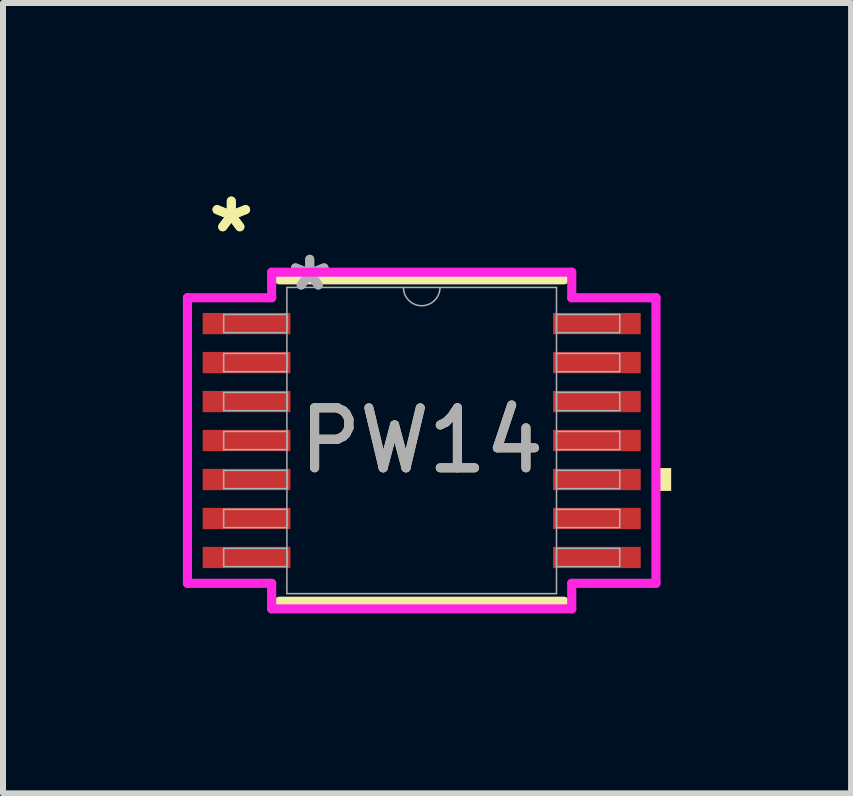
<source format=kicad_pcb>
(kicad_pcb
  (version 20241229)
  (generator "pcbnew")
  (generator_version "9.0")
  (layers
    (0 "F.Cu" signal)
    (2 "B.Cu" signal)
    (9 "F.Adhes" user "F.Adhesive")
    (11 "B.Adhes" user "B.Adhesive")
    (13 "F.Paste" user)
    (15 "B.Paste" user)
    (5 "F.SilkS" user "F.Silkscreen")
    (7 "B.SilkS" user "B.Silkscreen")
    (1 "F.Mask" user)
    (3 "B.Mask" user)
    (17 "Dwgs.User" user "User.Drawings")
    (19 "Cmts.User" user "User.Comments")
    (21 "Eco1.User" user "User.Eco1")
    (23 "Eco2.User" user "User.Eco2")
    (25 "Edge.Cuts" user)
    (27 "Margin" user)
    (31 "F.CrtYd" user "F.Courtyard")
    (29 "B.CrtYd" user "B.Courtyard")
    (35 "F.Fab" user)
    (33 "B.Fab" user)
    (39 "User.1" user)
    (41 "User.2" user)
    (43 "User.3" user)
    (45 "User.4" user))
  (footprint "PW14"
    (layer "F.Cu")
    (at 3.982 4.296)
    (property "Reference" "PW14" (at 0 0 0) (unlocked yes) (layer "F.SilkS") (effects (font (size 1 1) (thickness 0.15))))
    (attr smd)
    (fp_line (start -2.375 2.68) (end 2.375 2.68) (stroke (width 0.152) (type solid)) (layer "F.SilkS"))
    (fp_line (start 2.375 -2.68) (end -2.375 -2.68) (stroke (width 0.152) (type solid)) (layer "F.SilkS"))
    (fp_poly (pts (xy 4.16 0.459) (xy 4.16 0.84) (xy 3.906 0.84) (xy 3.906 0.459)) (stroke (width 0) (type solid)) (fill yes) (layer "F.SilkS"))
    (fp_line (start -3.906 -2.381) (end -2.502 -2.381) (stroke (width 0.152) (type solid)) (layer "F.CrtYd"))
    (fp_line (start -3.906 2.381) (end -3.906 -2.381) (stroke (width 0.152) (type solid)) (layer "F.CrtYd"))
    (fp_line (start -3.906 2.381) (end -2.502 2.381) (stroke (width 0.152) (type solid)) (layer "F.CrtYd"))
    (fp_line (start -2.502 -2.807) (end 2.502 -2.807) (stroke (width 0.152) (type solid)) (layer "F.CrtYd"))
    (fp_line (start -2.502 -2.381) (end -2.502 -2.807) (stroke (width 0.152) (type solid)) (layer "F.CrtYd"))
    (fp_line (start -2.502 2.807) (end -2.502 2.381) (stroke (width 0.152) (type solid)) (layer "F.CrtYd"))
    (fp_line (start 2.502 -2.807) (end 2.502 -2.381) (stroke (width 0.152) (type solid)) (layer "F.CrtYd"))
    (fp_line (start 2.502 2.381) (end 2.502 2.807) (stroke (width 0.152) (type solid)) (layer "F.CrtYd"))
    (fp_line (start 2.502 2.807) (end -2.502 2.807) (stroke (width 0.152) (type solid)) (layer "F.CrtYd"))
    (fp_line (start 3.906 -2.381) (end 2.502 -2.381) (stroke (width 0.152) (type solid)) (layer "F.CrtYd"))
    (fp_line (start 3.906 -2.381) (end 3.906 2.381) (stroke (width 0.152) (type solid)) (layer "F.CrtYd"))
    (fp_line (start 3.906 2.381) (end 2.502 2.381) (stroke (width 0.152) (type solid)) (layer "F.CrtYd"))
    (fp_line (start -3.302 -2.102) (end -3.302 -1.798) (stroke (width 0.025) (type solid)) (layer "F.Fab"))
    (fp_line (start -3.302 -1.798) (end -2.248 -1.798) (stroke (width 0.025) (type solid)) (layer "F.Fab"))
    (fp_line (start -3.302 -1.452) (end -3.302 -1.148) (stroke (width 0.025) (type solid)) (layer "F.Fab"))
    (fp_line (start -3.302 -1.148) (end -2.248 -1.148) (stroke (width 0.025) (type solid)) (layer "F.Fab"))
    (fp_line (start -3.302 -0.802) (end -3.302 -0.498) (stroke (width 0.025) (type solid)) (layer "F.Fab"))
    (fp_line (start -3.302 -0.498) (end -2.248 -0.498) (stroke (width 0.025) (type solid)) (layer "F.Fab"))
    (fp_line (start -3.302 -0.152) (end -3.302 0.152) (stroke (width 0.025) (type solid)) (layer "F.Fab"))
    (fp_line (start -3.302 0.152) (end -2.248 0.152) (stroke (width 0.025) (type solid)) (layer "F.Fab"))
    (fp_line (start -3.302 0.498) (end -3.302 0.802) (stroke (width 0.025) (type solid)) (layer "F.Fab"))
    (fp_line (start -3.302 0.802) (end -2.248 0.802) (stroke (width 0.025) (type solid)) (layer "F.Fab"))
    (fp_line (start -3.302 1.148) (end -3.302 1.452) (stroke (width 0.025) (type solid)) (layer "F.Fab"))
    (fp_line (start -3.302 1.452) (end -2.248 1.452) (stroke (width 0.025) (type solid)) (layer "F.Fab"))
    (fp_line (start -3.302 1.798) (end -3.302 2.102) (stroke (width 0.025) (type solid)) (layer "F.Fab"))
    (fp_line (start -3.302 2.102) (end -2.248 2.102) (stroke (width 0.025) (type solid)) (layer "F.Fab"))
    (fp_line (start -2.248 -2.553) (end -2.248 2.553) (stroke (width 0.025) (type solid)) (layer "F.Fab"))
    (fp_line (start -2.248 -2.102) (end -3.302 -2.102) (stroke (width 0.025) (type solid)) (layer "F.Fab"))
    (fp_line (start -2.248 -1.798) (end -2.248 -2.102) (stroke (width 0.025) (type solid)) (layer "F.Fab"))
    (fp_line (start -2.248 -1.452) (end -3.302 -1.452) (stroke (width 0.025) (type solid)) (layer "F.Fab"))
    (fp_line (start -2.248 -1.148) (end -2.248 -1.452) (stroke (width 0.025) (type solid)) (layer "F.Fab"))
    (fp_line (start -2.248 -0.802) (end -3.302 -0.802) (stroke (width 0.025) (type solid)) (layer "F.Fab"))
    (fp_line (start -2.248 -0.498) (end -2.248 -0.802) (stroke (width 0.025) (type solid)) (layer "F.Fab"))
    (fp_line (start -2.248 -0.152) (end -3.302 -0.152) (stroke (width 0.025) (type solid)) (layer "F.Fab"))
    (fp_line (start -2.248 0.152) (end -2.248 -0.152) (stroke (width 0.025) (type solid)) (layer "F.Fab"))
    (fp_line (start -2.248 0.498) (end -3.302 0.498) (stroke (width 0.025) (type solid)) (layer "F.Fab"))
    (fp_line (start -2.248 0.802) (end -2.248 0.498) (stroke (width 0.025) (type solid)) (layer "F.Fab"))
    (fp_line (start -2.248 1.148) (end -3.302 1.148) (stroke (width 0.025) (type solid)) (layer "F.Fab"))
    (fp_line (start -2.248 1.452) (end -2.248 1.148) (stroke (width 0.025) (type solid)) (layer "F.Fab"))
    (fp_line (start -2.248 1.798) (end -3.302 1.798) (stroke (width 0.025) (type solid)) (layer "F.Fab"))
    (fp_line (start -2.248 2.102) (end -2.248 1.798) (stroke (width 0.025) (type solid)) (layer "F.Fab"))
    (fp_line (start -2.248 2.553) (end 2.248 2.553) (stroke (width 0.025) (type solid)) (layer "F.Fab"))
    (fp_line (start 2.248 -2.553) (end -2.248 -2.553) (stroke (width 0.025) (type solid)) (layer "F.Fab"))
    (fp_line (start 2.248 -2.102) (end 2.248 -1.798) (stroke (width 0.025) (type solid)) (layer "F.Fab"))
    (fp_line (start 2.248 -1.798) (end 3.302 -1.798) (stroke (width 0.025) (type solid)) (layer "F.Fab"))
    (fp_line (start 2.248 -1.452) (end 2.248 -1.148) (stroke (width 0.025) (type solid)) (layer "F.Fab"))
    (fp_line (start 2.248 -1.148) (end 3.302 -1.148) (stroke (width 0.025) (type solid)) (layer "F.Fab"))
    (fp_line (start 2.248 -0.802) (end 2.248 -0.498) (stroke (width 0.025) (type solid)) (layer "F.Fab"))
    (fp_line (start 2.248 -0.498) (end 3.302 -0.498) (stroke (width 0.025) (type solid)) (layer "F.Fab"))
    (fp_line (start 2.248 -0.152) (end 2.248 0.152) (stroke (width 0.025) (type solid)) (layer "F.Fab"))
    (fp_line (start 2.248 0.152) (end 3.302 0.152) (stroke (width 0.025) (type solid)) (layer "F.Fab"))
    (fp_line (start 2.248 0.498) (end 2.248 0.802) (stroke (width 0.025) (type solid)) (layer "F.Fab"))
    (fp_line (start 2.248 0.802) (end 3.302 0.802) (stroke (width 0.025) (type solid)) (layer "F.Fab"))
    (fp_line (start 2.248 1.148) (end 2.248 1.452) (stroke (width 0.025) (type solid)) (layer "F.Fab"))
    (fp_line (start 2.248 1.452) (end 3.302 1.452) (stroke (width 0.025) (type solid)) (layer "F.Fab"))
    (fp_line (start 2.248 1.798) (end 2.248 2.102) (stroke (width 0.025) (type solid)) (layer "F.Fab"))
    (fp_line (start 2.248 2.102) (end 3.302 2.102) (stroke (width 0.025) (type solid)) (layer "F.Fab"))
    (fp_line (start 2.248 2.553) (end 2.248 -2.553) (stroke (width 0.025) (type solid)) (layer "F.Fab"))
    (fp_line (start 3.302 -2.102) (end 2.248 -2.102) (stroke (width 0.025) (type solid)) (layer "F.Fab"))
    (fp_line (start 3.302 -1.798) (end 3.302 -2.102) (stroke (width 0.025) (type solid)) (layer "F.Fab"))
    (fp_line (start 3.302 -1.452) (end 2.248 -1.452) (stroke (width 0.025) (type solid)) (layer "F.Fab"))
    (fp_line (start 3.302 -1.148) (end 3.302 -1.452) (stroke (width 0.025) (type solid)) (layer "F.Fab"))
    (fp_line (start 3.302 -0.802) (end 2.248 -0.802) (stroke (width 0.025) (type solid)) (layer "F.Fab"))
    (fp_line (start 3.302 -0.498) (end 3.302 -0.802) (stroke (width 0.025) (type solid)) (layer "F.Fab"))
    (fp_line (start 3.302 -0.152) (end 2.248 -0.152) (stroke (width 0.025) (type solid)) (layer "F.Fab"))
    (fp_line (start 3.302 0.152) (end 3.302 -0.152) (stroke (width 0.025) (type solid)) (layer "F.Fab"))
    (fp_line (start 3.302 0.498) (end 2.248 0.498) (stroke (width 0.025) (type solid)) (layer "F.Fab"))
    (fp_line (start 3.302 0.802) (end 3.302 0.498) (stroke (width 0.025) (type solid)) (layer "F.Fab"))
    (fp_line (start 3.302 1.148) (end 2.248 1.148) (stroke (width 0.025) (type solid)) (layer "F.Fab"))
    (fp_line (start 3.302 1.452) (end 3.302 1.148) (stroke (width 0.025) (type solid)) (layer "F.Fab"))
    (fp_line (start 3.302 1.798) (end 2.248 1.798) (stroke (width 0.025) (type solid)) (layer "F.Fab"))
    (fp_line (start 3.302 2.102) (end 3.302 1.798) (stroke (width 0.025) (type solid)) (layer "F.Fab"))
    (fp_arc (start 0.3048 -2.5527) (mid 0 -2.2479) (end -0.3048 -2.5527) (stroke (width 0.0254) (type solid)) (layer "F.Fab"))
    (fp_text user "*" (at -3.175 -3.448 0) (unlocked yes) (layer "F.SilkS") (effects (font (size 1 1) (thickness 0.15))))
    (fp_text user "*" (at -3.175 -3.448 0) (layer "F.SilkS") (effects (font (size 1 1) (thickness 0.15))))
    (fp_text user "*" (at -1.867 -2.477 0) (unlocked yes) (layer "F.Fab") (effects (font (size 1 1) (thickness 0.15))))
    (fp_text user "*" (at -1.867 -2.477 0) (layer "F.Fab") (effects (font (size 1 1) (thickness 0.15))))
    (fp_text user "${REFERENCE}" (at 0 0 0) (unlocked yes) (layer "F.Fab") (effects (font (size 1 1) (thickness 0.15))))
    (pad "1" smd rect (at -2.921 -1.95) (size 1.462 0.355) (layers "F.Cu" "F.Mask" "F.Paste"))
    (pad "2" smd rect (at -2.921 -1.3) (size 1.462 0.355) (layers "F.Cu" "F.Mask" "F.Paste"))
    (pad "3" smd rect (at -2.921 -0.65) (size 1.462 0.355) (layers "F.Cu" "F.Mask" "F.Paste"))
    (pad "4" smd rect (at -2.921 0) (size 1.462 0.355) (layers "F.Cu" "F.Mask" "F.Paste"))
    (pad "5" smd rect (at -2.921 0.65) (size 1.462 0.355) (layers "F.Cu" "F.Mask" "F.Paste"))
    (pad "6" smd rect (at -2.921 1.3) (size 1.462 0.355) (layers "F.Cu" "F.Mask" "F.Paste"))
    (pad "7" smd rect (at -2.921 1.95) (size 1.462 0.355) (layers "F.Cu" "F.Mask" "F.Paste"))
    (pad "8" smd rect (at 2.921 1.95) (size 1.462 0.355) (layers "F.Cu" "F.Mask" "F.Paste"))
    (pad "9" smd rect (at 2.921 1.3) (size 1.462 0.355) (layers "F.Cu" "F.Mask" "F.Paste"))
    (pad "10" smd rect (at 2.921 0.65) (size 1.462 0.355) (layers "F.Cu" "F.Mask" "F.Paste"))
    (pad "11" smd rect (at 2.921 0) (size 1.462 0.355) (layers "F.Cu" "F.Mask" "F.Paste"))
    (pad "12" smd rect (at 2.921 -0.65) (size 1.462 0.355) (layers "F.Cu" "F.Mask" "F.Paste"))
    (pad "13" smd rect (at 2.921 -1.3) (size 1.462 0.355) (layers "F.Cu" "F.Mask" "F.Paste"))
    (pad "14" smd rect (at 2.921 -1.95) (size 1.462 0.355) (layers "F.Cu" "F.Mask" "F.Paste")))
  (gr_rect
    (start -3 -3)
    (end 11.142 10.179)
    (stroke (width 0.1) (type default))
    (fill no)
    (layer "Edge.Cuts")))
</source>
